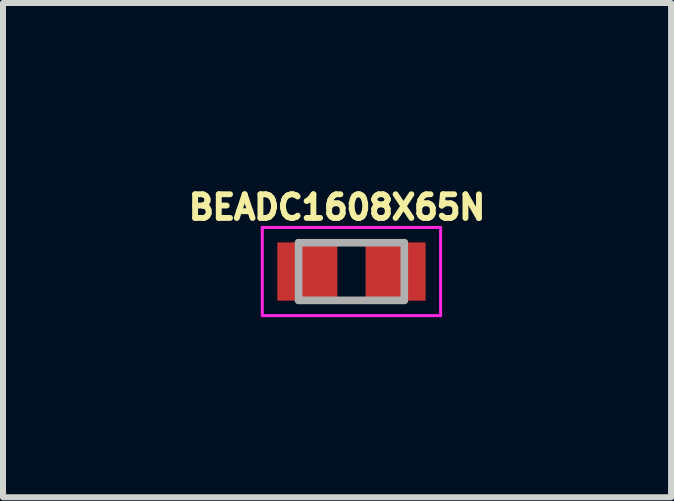
<source format=kicad_pcb>
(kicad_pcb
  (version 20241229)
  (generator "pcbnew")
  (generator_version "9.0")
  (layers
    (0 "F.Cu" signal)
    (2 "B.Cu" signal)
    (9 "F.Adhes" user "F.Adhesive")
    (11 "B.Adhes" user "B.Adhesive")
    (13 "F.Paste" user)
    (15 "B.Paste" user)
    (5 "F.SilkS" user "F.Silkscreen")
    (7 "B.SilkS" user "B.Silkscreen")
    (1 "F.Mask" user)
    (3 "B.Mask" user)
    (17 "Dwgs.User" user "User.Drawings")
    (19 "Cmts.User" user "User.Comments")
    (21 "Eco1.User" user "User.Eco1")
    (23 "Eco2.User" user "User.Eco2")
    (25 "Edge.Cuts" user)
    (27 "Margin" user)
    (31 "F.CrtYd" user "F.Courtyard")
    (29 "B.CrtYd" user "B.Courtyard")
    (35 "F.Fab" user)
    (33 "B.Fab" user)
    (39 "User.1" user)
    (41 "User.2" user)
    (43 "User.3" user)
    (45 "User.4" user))
  (footprint "BEADC1608X65N"
    (layer "F.Cu")
    (at 2.804 1.473)
    (property "Reference" "BEADC1608X65N" (at -0.24 -1.07 0) (layer "F.SilkS") (effects (font (size 0.394 0.394) (thickness 0.098))))
    (attr smd)
    (fp_line (start -1.485 -0.735) (end 1.485 -0.735) (stroke (width 0.05) (type solid)) (layer "F.CrtYd"))
    (fp_line (start -1.485 0.735) (end -1.485 -0.735) (stroke (width 0.05) (type solid)) (layer "F.CrtYd"))
    (fp_line (start -1.485 0.735) (end 1.485 0.735) (stroke (width 0.05) (type solid)) (layer "F.CrtYd"))
    (fp_line (start 1.485 0.735) (end 1.485 -0.735) (stroke (width 0.05) (type solid)) (layer "F.CrtYd"))
    (fp_line (start -0.88 0.48) (end -0.88 -0.48) (stroke (width 0.127) (type solid)) (layer "F.Fab"))
    (fp_line (start 0.88 -0.48) (end -0.88 -0.48) (stroke (width 0.127) (type solid)) (layer "F.Fab"))
    (fp_line (start 0.88 0.48) (end -0.88 0.48) (stroke (width 0.127) (type solid)) (layer "F.Fab"))
    (fp_line (start 0.88 0.48) (end 0.88 -0.48) (stroke (width 0.127) (type solid)) (layer "F.Fab"))
    (pad "1" smd rect (at -0.735 0) (size 1 0.97) (layers "F.Cu" "F.Mask" "F.Paste"))
    (pad "2" smd rect (at 0.735 0) (size 1 0.97) (layers "F.Cu" "F.Mask" "F.Paste")))
  (gr_rect
    (start -3 -3)
    (end 8.128 5.233)
    (stroke (width 0.1) (type default))
    (fill no)
    (layer "Edge.Cuts")))
</source>
